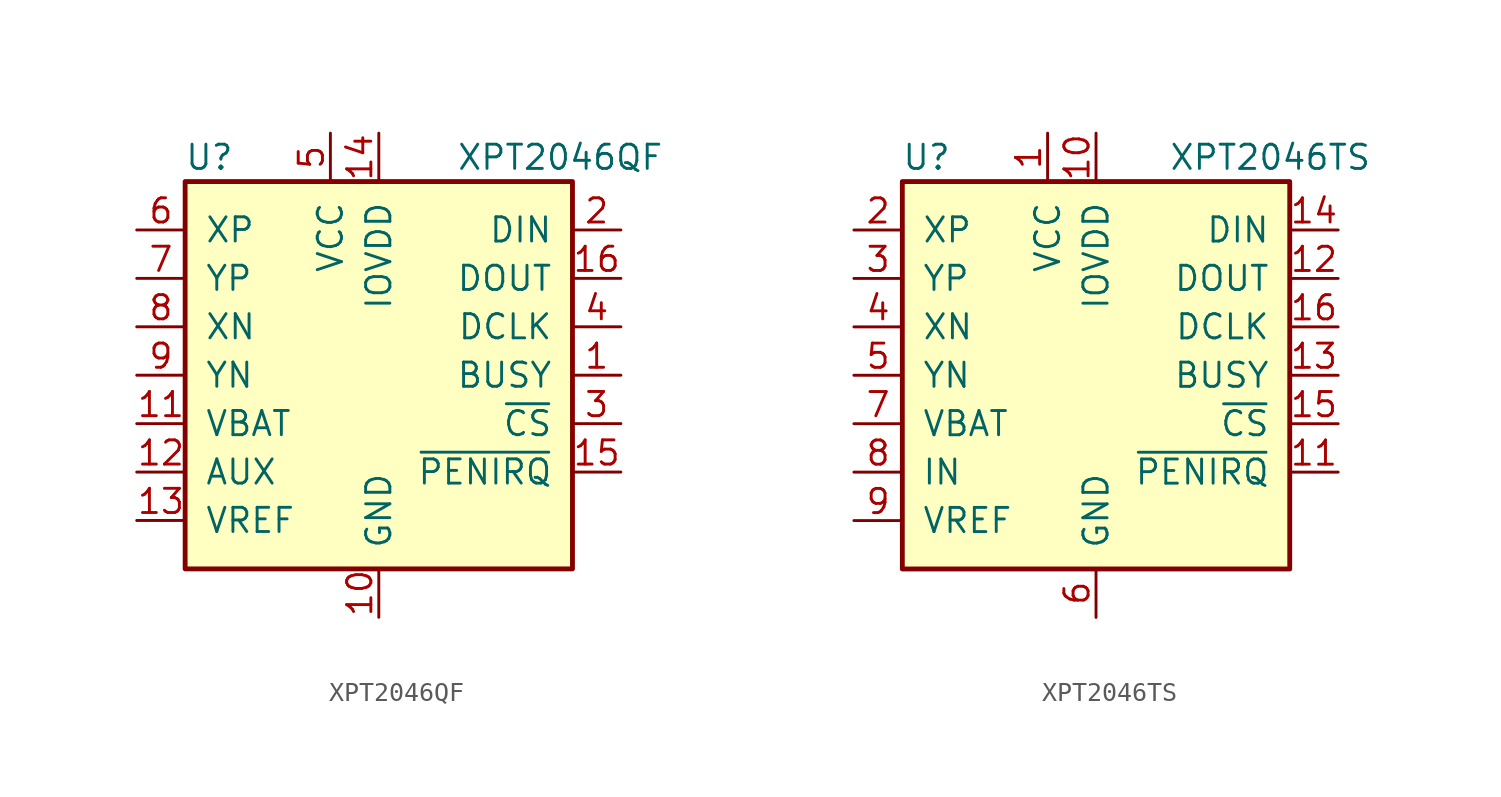
<source format=kicad_sym>
(kicad_symbol_lib
  (version 20201005)
  (generator kicad_symbol_editor)
  (symbol "XPT2046QF"
    (pin_names
      (offset 1.016))
    (property "Reference" "U"
      (at -8.89 11.43 0)
      (effects (font (size 1.27 1.27))))
    (property "Value" "XPT2046QF"
      (at 4.064 11.43 0)
      (effects (font (size 1.27 1.27)) (justify left)))
    (symbol "XPT2046QF_0_1"
      (rectangle (start -10.16 10.16) (end 10.16 -10.16) (stroke (width 0.254)) (fill (type background))))
    (symbol "XPT2046QF_1_1"
      (pin output line (at 12.7 0 180) (length 2.54) (name "BUSY" (effects (font (size 1.27 1.27)))) (number "1" (effects (font (size 1.27 1.27)))))
      (pin power_in line (at 0 -12.7 90) (length 2.54) (name "GND" (effects (font (size 1.27 1.27)))) (number "10" (effects (font (size 1.27 1.27)))))
      (pin power_in line (at -12.7 -2.54 0) (length 2.54) (name "VBAT" (effects (font (size 1.27 1.27)))) (number "11" (effects (font (size 1.27 1.27)))))
      (pin input line (at -12.7 -5.08 0) (length 2.54) (name "AUX" (effects (font (size 1.27 1.27)))) (number "12" (effects (font (size 1.27 1.27)))))
      (pin bidirectional line (at -12.7 -7.62 0) (length 2.54) (name "VREF" (effects (font (size 1.27 1.27)))) (number "13" (effects (font (size 1.27 1.27)))))
      (pin power_in line (at 0 12.7 270) (length 2.54) (name "IOVDD" (effects (font (size 1.27 1.27)))) (number "14" (effects (font (size 1.27 1.27)))))
      (pin open_collector line (at 12.7 -5.08 180) (length 2.54) (name "~PENIRQ" (effects (font (size 1.27 1.27)))) (number "15" (effects (font (size 1.27 1.27)))))
      (pin output line (at 12.7 5.08 180) (length 2.54) (name "DOUT" (effects (font (size 1.27 1.27)))) (number "16" (effects (font (size 1.27 1.27)))))
      (pin no_connect line (at 12.7 -7.62 180) (length 2.54) hide (name "NC" (effects (font (size 1.27 1.27)))) (number "17" (effects (font (size 1.27 1.27)))))
      (pin input line (at 12.7 7.62 180) (length 2.54) (name "DIN" (effects (font (size 1.27 1.27)))) (number "2" (effects (font (size 1.27 1.27)))))
      (pin input line (at 12.7 -2.54 180) (length 2.54) (name "~CS" (effects (font (size 1.27 1.27)))) (number "3" (effects (font (size 1.27 1.27)))))
      (pin input line (at 12.7 2.54 180) (length 2.54) (name "DCLK" (effects (font (size 1.27 1.27)))) (number "4" (effects (font (size 1.27 1.27)))))
      (pin power_in line (at -2.54 12.7 270) (length 2.54) (name "VCC" (effects (font (size 1.27 1.27)))) (number "5" (effects (font (size 1.27 1.27)))))
      (pin input line (at -12.7 7.62 0) (length 2.54) (name "XP" (effects (font (size 1.27 1.27)))) (number "6" (effects (font (size 1.27 1.27)))))
      (pin input line (at -12.7 5.08 0) (length 2.54) (name "YP" (effects (font (size 1.27 1.27)))) (number "7" (effects (font (size 1.27 1.27)))))
      (pin input line (at -12.7 2.54 0) (length 2.54) (name "XN" (effects (font (size 1.27 1.27)))) (number "8" (effects (font (size 1.27 1.27)))))
      (pin input line (at -12.7 0 0) (length 2.54) (name "YN" (effects (font (size 1.27 1.27)))) (number "9" (effects (font (size 1.27 1.27)))))))
  (symbol "XPT2046TS"
    (pin_names
      (offset 1.016))
    (property "Reference" "U"
      (at -8.89 11.43 0)
      (effects (font (size 1.27 1.27))))
    (property "Value" "XPT2046TS"
      (at 3.81 11.43 0)
      (effects (font (size 1.27 1.27)) (justify left)))
    (symbol "XPT2046TS_0_1"
      (rectangle (start -10.16 10.16) (end 10.16 -10.16) (stroke (width 0.254)) (fill (type background))))
    (symbol "XPT2046TS_1_1"
      (pin power_in line (at -2.54 12.7 270) (length 2.54) (name "VCC" (effects (font (size 1.27 1.27)))) (number "1" (effects (font (size 1.27 1.27)))))
      (pin power_in line (at 0 12.7 270) (length 2.54) (name "IOVDD" (effects (font (size 1.27 1.27)))) (number "10" (effects (font (size 1.27 1.27)))))
      (pin open_collector line (at 12.7 -5.08 180) (length 2.54) (name "~PENIRQ" (effects (font (size 1.27 1.27)))) (number "11" (effects (font (size 1.27 1.27)))))
      (pin output line (at 12.7 5.08 180) (length 2.54) (name "DOUT" (effects (font (size 1.27 1.27)))) (number "12" (effects (font (size 1.27 1.27)))))
      (pin output line (at 12.7 0 180) (length 2.54) (name "BUSY" (effects (font (size 1.27 1.27)))) (number "13" (effects (font (size 1.27 1.27)))))
      (pin input line (at 12.7 7.62 180) (length 2.54) (name "DIN" (effects (font (size 1.27 1.27)))) (number "14" (effects (font (size 1.27 1.27)))))
      (pin input line (at 12.7 -2.54 180) (length 2.54) (name "~CS" (effects (font (size 1.27 1.27)))) (number "15" (effects (font (size 1.27 1.27)))))
      (pin input line (at 12.7 2.54 180) (length 2.54) (name "DCLK" (effects (font (size 1.27 1.27)))) (number "16" (effects (font (size 1.27 1.27)))))
      (pin input line (at -12.7 7.62 0) (length 2.54) (name "XP" (effects (font (size 1.27 1.27)))) (number "2" (effects (font (size 1.27 1.27)))))
      (pin input line (at -12.7 5.08 0) (length 2.54) (name "YP" (effects (font (size 1.27 1.27)))) (number "3" (effects (font (size 1.27 1.27)))))
      (pin input line (at -12.7 2.54 0) (length 2.54) (name "XN" (effects (font (size 1.27 1.27)))) (number "4" (effects (font (size 1.27 1.27)))))
      (pin input line (at -12.7 0 0) (length 2.54) (name "YN" (effects (font (size 1.27 1.27)))) (number "5" (effects (font (size 1.27 1.27)))))
      (pin power_in line (at 0 -12.7 90) (length 2.54) (name "GND" (effects (font (size 1.27 1.27)))) (number "6" (effects (font (size 1.27 1.27)))))
      (pin power_in line (at -12.7 -2.54 0) (length 2.54) (name "VBAT" (effects (font (size 1.27 1.27)))) (number "7" (effects (font (size 1.27 1.27)))))
      (pin input line (at -12.7 -5.08 0) (length 2.54) (name "IN" (effects (font (size 1.27 1.27)))) (number "8" (effects (font (size 1.27 1.27)))))
      (pin bidirectional line (at -12.7 -7.62 0) (length 2.54) (name "VREF" (effects (font (size 1.27 1.27)))) (number "9" (effects (font (size 1.27 1.27))))))))
</source>
